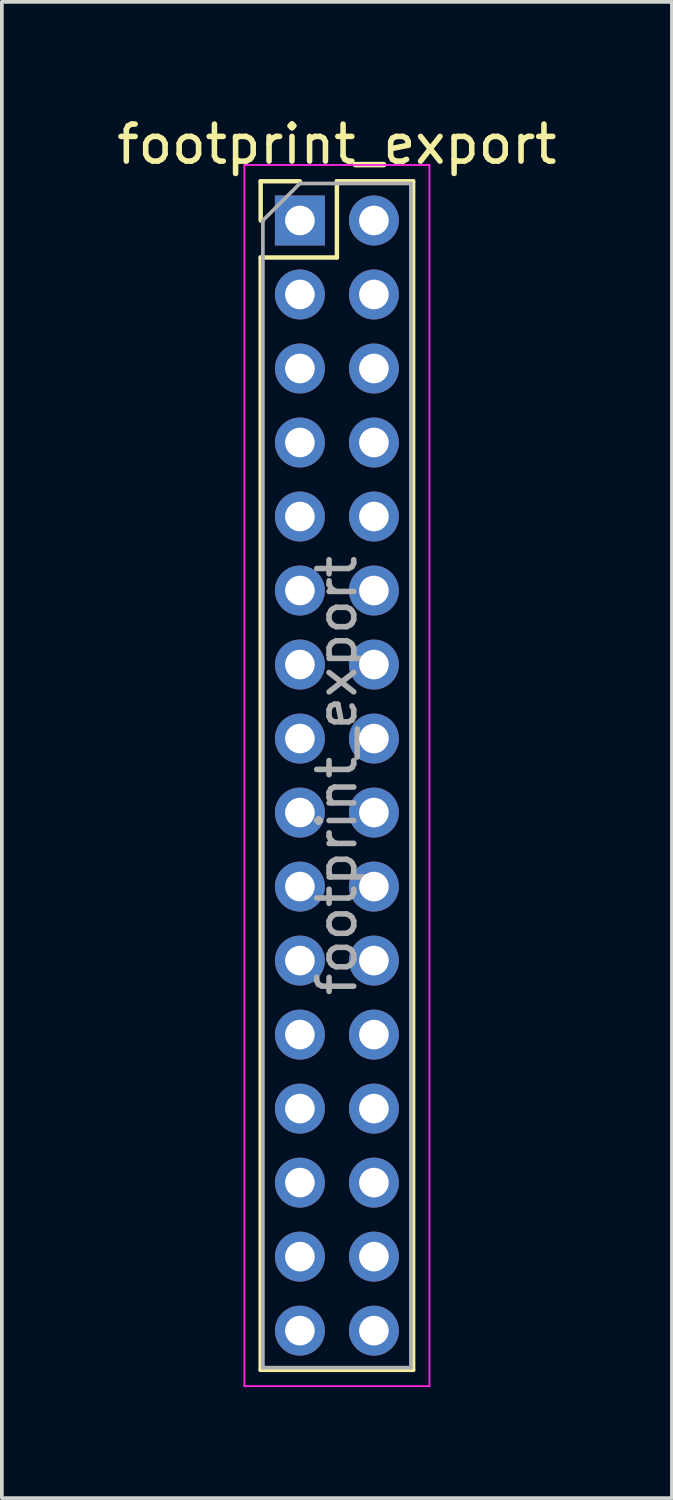
<source format=kicad_pcb>
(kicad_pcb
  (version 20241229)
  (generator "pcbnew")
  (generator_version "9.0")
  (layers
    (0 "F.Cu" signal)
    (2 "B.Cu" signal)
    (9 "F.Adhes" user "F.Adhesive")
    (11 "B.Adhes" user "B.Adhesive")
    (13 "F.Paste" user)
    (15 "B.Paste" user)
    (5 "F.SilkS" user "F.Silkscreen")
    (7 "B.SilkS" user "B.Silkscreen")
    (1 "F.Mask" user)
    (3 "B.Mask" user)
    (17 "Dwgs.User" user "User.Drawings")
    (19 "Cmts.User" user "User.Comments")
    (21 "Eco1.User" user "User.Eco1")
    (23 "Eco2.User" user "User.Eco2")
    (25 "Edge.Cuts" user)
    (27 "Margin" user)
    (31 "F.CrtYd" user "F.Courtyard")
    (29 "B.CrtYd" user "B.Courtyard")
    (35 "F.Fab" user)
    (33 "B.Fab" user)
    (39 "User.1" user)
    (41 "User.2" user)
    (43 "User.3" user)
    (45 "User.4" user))
  (footprint "footprint_export"
    (layer "F.Cu")
    (at 5.054 2.908)
    (property "Reference" "footprint_export" (at 1 -2.06 0) (layer "F.SilkS") (effects (font (size 1 1) (thickness 0.15))))
    (attr through_hole)
    (fp_line (start -1.06 -1.06) (end 0 -1.06) (stroke (width 0.12) (type solid)) (layer "F.SilkS"))
    (fp_line (start -1.06 0) (end -1.06 -1.06) (stroke (width 0.12) (type solid)) (layer "F.SilkS"))
    (fp_line (start -1.06 1) (end -1.06 31.06) (stroke (width 0.12) (type solid)) (layer "F.SilkS"))
    (fp_line (start -1.06 1) (end 1 1) (stroke (width 0.12) (type solid)) (layer "F.SilkS"))
    (fp_line (start -1.06 31.06) (end 3.06 31.06) (stroke (width 0.12) (type solid)) (layer "F.SilkS"))
    (fp_line (start 1 -1.06) (end 3.06 -1.06) (stroke (width 0.12) (type solid)) (layer "F.SilkS"))
    (fp_line (start 1 1) (end 1 -1.06) (stroke (width 0.12) (type solid)) (layer "F.SilkS"))
    (fp_line (start 3.06 -1.06) (end 3.06 31.06) (stroke (width 0.12) (type solid)) (layer "F.SilkS"))
    (fp_line (start -1.5 -1.5) (end -1.5 31.5) (stroke (width 0.05) (type solid)) (layer "F.CrtYd"))
    (fp_line (start -1.5 31.5) (end 3.5 31.5) (stroke (width 0.05) (type solid)) (layer "F.CrtYd"))
    (fp_line (start 3.5 -1.5) (end -1.5 -1.5) (stroke (width 0.05) (type solid)) (layer "F.CrtYd"))
    (fp_line (start 3.5 31.5) (end 3.5 -1.5) (stroke (width 0.05) (type solid)) (layer "F.CrtYd"))
    (fp_line (start -1 0) (end 0 -1) (stroke (width 0.1) (type solid)) (layer "F.Fab"))
    (fp_line (start -1 31) (end -1 0) (stroke (width 0.1) (type solid)) (layer "F.Fab"))
    (fp_line (start 0 -1) (end 3 -1) (stroke (width 0.1) (type solid)) (layer "F.Fab"))
    (fp_line (start 3 -1) (end 3 31) (stroke (width 0.1) (type solid)) (layer "F.Fab"))
    (fp_line (start 3 31) (end -1 31) (stroke (width 0.1) (type solid)) (layer "F.Fab"))
    (fp_text user "${REFERENCE}" (at 1 15 90) (layer "F.Fab") (effects (font (size 1 1) (thickness 0.15))))
    (pad "1" thru_hole rect (at 0 0) (size 1.35 1.35) (drill 0.8) (layers "*.Cu" "*.Mask"))
    (pad "2" thru_hole oval (at 2 0) (size 1.35 1.35) (drill 0.8) (layers "*.Cu" "*.Mask"))
    (pad "3" thru_hole oval (at 0 2) (size 1.35 1.35) (drill 0.8) (layers "*.Cu" "*.Mask"))
    (pad "4" thru_hole oval (at 2 2) (size 1.35 1.35) (drill 0.8) (layers "*.Cu" "*.Mask"))
    (pad "5" thru_hole oval (at 0 4) (size 1.35 1.35) (drill 0.8) (layers "*.Cu" "*.Mask"))
    (pad "6" thru_hole oval (at 2 4) (size 1.35 1.35) (drill 0.8) (layers "*.Cu" "*.Mask"))
    (pad "7" thru_hole oval (at 0 6) (size 1.35 1.35) (drill 0.8) (layers "*.Cu" "*.Mask"))
    (pad "8" thru_hole oval (at 2 6) (size 1.35 1.35) (drill 0.8) (layers "*.Cu" "*.Mask"))
    (pad "9" thru_hole oval (at 0 8) (size 1.35 1.35) (drill 0.8) (layers "*.Cu" "*.Mask"))
    (pad "10" thru_hole oval (at 2 8) (size 1.35 1.35) (drill 0.8) (layers "*.Cu" "*.Mask"))
    (pad "11" thru_hole oval (at 0 10) (size 1.35 1.35) (drill 0.8) (layers "*.Cu" "*.Mask"))
    (pad "12" thru_hole oval (at 2 10) (size 1.35 1.35) (drill 0.8) (layers "*.Cu" "*.Mask"))
    (pad "13" thru_hole oval (at 0 12) (size 1.35 1.35) (drill 0.8) (layers "*.Cu" "*.Mask"))
    (pad "14" thru_hole oval (at 2 12) (size 1.35 1.35) (drill 0.8) (layers "*.Cu" "*.Mask"))
    (pad "15" thru_hole oval (at 0 14) (size 1.35 1.35) (drill 0.8) (layers "*.Cu" "*.Mask"))
    (pad "16" thru_hole oval (at 2 14) (size 1.35 1.35) (drill 0.8) (layers "*.Cu" "*.Mask"))
    (pad "17" thru_hole oval (at 0 16) (size 1.35 1.35) (drill 0.8) (layers "*.Cu" "*.Mask"))
    (pad "18" thru_hole oval (at 2 16) (size 1.35 1.35) (drill 0.8) (layers "*.Cu" "*.Mask"))
    (pad "19" thru_hole oval (at 0 18) (size 1.35 1.35) (drill 0.8) (layers "*.Cu" "*.Mask"))
    (pad "20" thru_hole oval (at 2 18) (size 1.35 1.35) (drill 0.8) (layers "*.Cu" "*.Mask"))
    (pad "21" thru_hole oval (at 0 20) (size 1.35 1.35) (drill 0.8) (layers "*.Cu" "*.Mask"))
    (pad "22" thru_hole oval (at 2 20) (size 1.35 1.35) (drill 0.8) (layers "*.Cu" "*.Mask"))
    (pad "23" thru_hole oval (at 0 22) (size 1.35 1.35) (drill 0.8) (layers "*.Cu" "*.Mask"))
    (pad "24" thru_hole oval (at 2 22) (size 1.35 1.35) (drill 0.8) (layers "*.Cu" "*.Mask"))
    (pad "25" thru_hole oval (at 0 24) (size 1.35 1.35) (drill 0.8) (layers "*.Cu" "*.Mask"))
    (pad "26" thru_hole oval (at 2 24) (size 1.35 1.35) (drill 0.8) (layers "*.Cu" "*.Mask"))
    (pad "27" thru_hole oval (at 0 26) (size 1.35 1.35) (drill 0.8) (layers "*.Cu" "*.Mask"))
    (pad "28" thru_hole oval (at 2 26) (size 1.35 1.35) (drill 0.8) (layers "*.Cu" "*.Mask"))
    (pad "29" thru_hole oval (at 0 28) (size 1.35 1.35) (drill 0.8) (layers "*.Cu" "*.Mask"))
    (pad "30" thru_hole oval (at 2 28) (size 1.35 1.35) (drill 0.8) (layers "*.Cu" "*.Mask"))
    (pad "31" thru_hole oval (at 0 30) (size 1.35 1.35) (drill 0.8) (layers "*.Cu" "*.Mask"))
    (pad "32" thru_hole oval (at 2 30) (size 1.35 1.35) (drill 0.8) (layers "*.Cu" "*.Mask")))
  (gr_rect
    (start -3 -3)
    (end 15.107 37.433)
    (stroke (width 0.1) (type default))
    (fill no)
    (layer "Edge.Cuts")))
</source>
